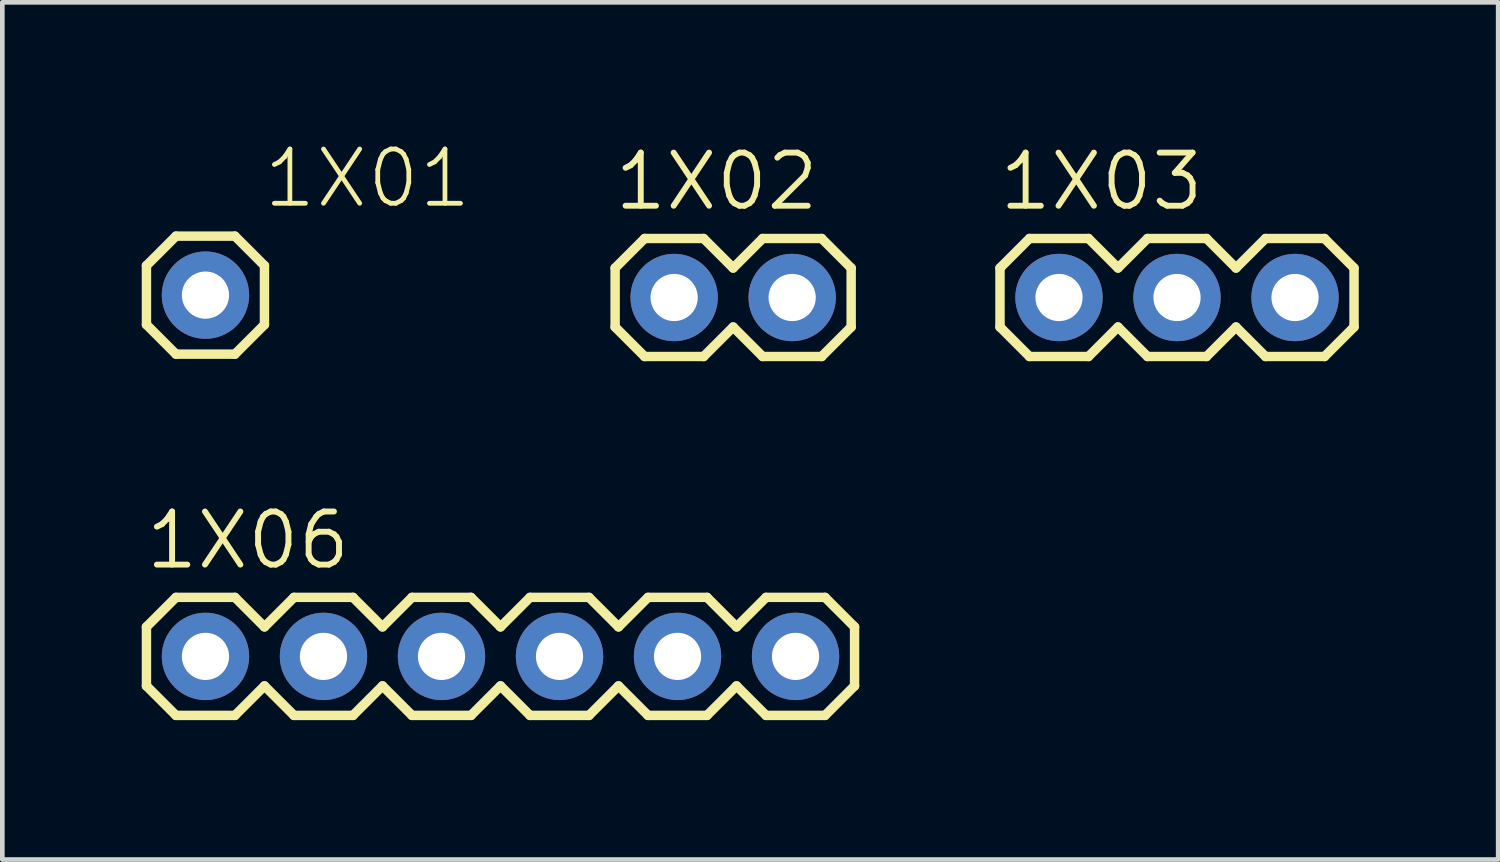
<source format=kicad_pcb>
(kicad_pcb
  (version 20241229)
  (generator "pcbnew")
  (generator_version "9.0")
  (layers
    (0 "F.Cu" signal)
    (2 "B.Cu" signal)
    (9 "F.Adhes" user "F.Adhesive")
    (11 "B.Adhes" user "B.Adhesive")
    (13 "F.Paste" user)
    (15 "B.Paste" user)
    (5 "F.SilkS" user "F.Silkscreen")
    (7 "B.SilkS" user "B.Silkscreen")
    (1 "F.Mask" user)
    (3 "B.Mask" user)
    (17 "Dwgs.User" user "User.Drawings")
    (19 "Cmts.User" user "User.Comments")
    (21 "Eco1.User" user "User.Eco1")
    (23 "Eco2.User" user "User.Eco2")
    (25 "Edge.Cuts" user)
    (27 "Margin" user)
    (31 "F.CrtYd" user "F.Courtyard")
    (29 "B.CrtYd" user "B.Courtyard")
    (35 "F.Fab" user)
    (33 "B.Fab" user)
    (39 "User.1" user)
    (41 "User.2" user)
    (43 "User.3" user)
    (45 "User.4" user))
  (footprint "1X02"
    (layer "F.Cu")
    (at 11.459 3.353)
    (property "Reference" "1X02" (at -1.346 -1.829 0) (unlocked yes) (layer "F.SilkS") (effects (font (size 1.143 1.143) (thickness 0.127)) (justify left bottom)))
    (fp_line (start -1.27 -0.635) (end -1.27 0.635) (stroke (width 0.203) (type solid)) (layer "F.SilkS"))
    (fp_line (start -1.27 0.635) (end -0.635 1.27) (stroke (width 0.203) (type solid)) (layer "F.SilkS"))
    (fp_line (start -0.635 -1.27) (end -1.27 -0.635) (stroke (width 0.203) (type solid)) (layer "F.SilkS"))
    (fp_line (start -0.635 -1.27) (end 0.635 -1.27) (stroke (width 0.203) (type solid)) (layer "F.SilkS"))
    (fp_line (start 0.635 -1.27) (end 1.27 -0.635) (stroke (width 0.203) (type solid)) (layer "F.SilkS"))
    (fp_line (start 0.635 1.27) (end -0.635 1.27) (stroke (width 0.203) (type solid)) (layer "F.SilkS"))
    (fp_line (start 1.27 -0.635) (end 1.905 -1.27) (stroke (width 0.203) (type solid)) (layer "F.SilkS"))
    (fp_line (start 1.27 0.635) (end 0.635 1.27) (stroke (width 0.203) (type solid)) (layer "F.SilkS"))
    (fp_line (start 1.905 -1.27) (end 3.175 -1.27) (stroke (width 0.203) (type solid)) (layer "F.SilkS"))
    (fp_line (start 1.905 1.27) (end 1.27 0.635) (stroke (width 0.203) (type solid)) (layer "F.SilkS"))
    (fp_line (start 3.175 -1.27) (end 3.81 -0.635) (stroke (width 0.203) (type solid)) (layer "F.SilkS"))
    (fp_line (start 3.175 1.27) (end 1.905 1.27) (stroke (width 0.203) (type solid)) (layer "F.SilkS"))
    (fp_line (start 3.81 -0.635) (end 3.81 0.635) (stroke (width 0.203) (type solid)) (layer "F.SilkS"))
    (fp_line (start 3.81 0.635) (end 3.175 1.27) (stroke (width 0.203) (type solid)) (layer "F.SilkS"))
    (fp_poly (pts (xy -0.254 0.254) (xy 0.254 0.254) (xy 0.254 -0.254) (xy -0.254 -0.254)) (stroke (width 0) (type default)) (fill yes) (layer "F.SilkS"))
    (fp_poly (pts (xy 2.286 0.254) (xy 2.794 0.254) (xy 2.794 -0.254) (xy 2.286 -0.254)) (stroke (width 0) (type default)) (fill yes) (layer "F.SilkS"))
    (pad "1" thru_hole circle (at 0 0 90) (size 1.88 1.88) (drill 1.016) (layers "*.Cu" "*.Mask"))
    (pad "2" thru_hole circle (at 2.54 0 90) (size 1.88 1.88) (drill 1.016) (layers "*.Cu" "*.Mask")))
  (footprint "1X01"
    (layer "F.Cu")
    (at 1.372 3.302)
    (property "Reference" "1X01" (at 1.194 -1.829 0) (unlocked yes) (layer "F.SilkS") (effects (font (size 1.168 1.168) (thickness 0.102)) (justify left bottom)))
    (fp_line (start -1.27 -0.635) (end -1.27 0.635) (stroke (width 0.203) (type solid)) (layer "F.SilkS"))
    (fp_line (start -1.27 0.635) (end -0.635 1.27) (stroke (width 0.203) (type solid)) (layer "F.SilkS"))
    (fp_line (start -0.635 -1.27) (end -1.27 -0.635) (stroke (width 0.203) (type solid)) (layer "F.SilkS"))
    (fp_line (start -0.635 1.27) (end 0.635 1.27) (stroke (width 0.203) (type solid)) (layer "F.SilkS"))
    (fp_line (start 0.635 -1.27) (end -0.635 -1.27) (stroke (width 0.203) (type solid)) (layer "F.SilkS"))
    (fp_line (start 0.635 1.27) (end 1.27 0.635) (stroke (width 0.203) (type solid)) (layer "F.SilkS"))
    (fp_line (start 1.27 -0.635) (end 0.635 -1.27) (stroke (width 0.203) (type solid)) (layer "F.SilkS"))
    (fp_line (start 1.27 0.635) (end 1.27 -0.635) (stroke (width 0.203) (type solid)) (layer "F.SilkS"))
    (fp_poly (pts (xy -0.254 0.254) (xy 0.254 0.254) (xy 0.254 -0.254) (xy -0.254 -0.254)) (stroke (width 0) (type default)) (fill yes) (layer "F.SilkS"))
    (pad "1" thru_hole circle (at 0 0 90) (size 1.88 1.88) (drill 1.016) (layers "*.Cu" "*.Mask")))
  (footprint "1X06"
    (layer "F.Cu")
    (at 1.372 11.077)
    (property "Reference" "1X06" (at -1.346 -1.829 0) (unlocked yes) (layer "F.SilkS") (effects (font (size 1.143 1.143) (thickness 0.127)) (justify left bottom)))
    (fp_line (start -1.27 -0.635) (end -1.27 0.635) (stroke (width 0.203) (type solid)) (layer "F.SilkS"))
    (fp_line (start -1.27 0.635) (end -0.635 1.27) (stroke (width 0.203) (type solid)) (layer "F.SilkS"))
    (fp_line (start -0.635 -1.27) (end -1.27 -0.635) (stroke (width 0.203) (type solid)) (layer "F.SilkS"))
    (fp_line (start -0.635 -1.27) (end 0.635 -1.27) (stroke (width 0.203) (type solid)) (layer "F.SilkS"))
    (fp_line (start 0.635 -1.27) (end 1.27 -0.635) (stroke (width 0.203) (type solid)) (layer "F.SilkS"))
    (fp_line (start 0.635 1.27) (end -0.635 1.27) (stroke (width 0.203) (type solid)) (layer "F.SilkS"))
    (fp_line (start 1.27 -0.635) (end 1.905 -1.27) (stroke (width 0.203) (type solid)) (layer "F.SilkS"))
    (fp_line (start 1.27 0.635) (end 0.635 1.27) (stroke (width 0.203) (type solid)) (layer "F.SilkS"))
    (fp_line (start 1.905 -1.27) (end 3.175 -1.27) (stroke (width 0.203) (type solid)) (layer "F.SilkS"))
    (fp_line (start 1.905 1.27) (end 1.27 0.635) (stroke (width 0.203) (type solid)) (layer "F.SilkS"))
    (fp_line (start 3.175 -1.27) (end 3.81 -0.635) (stroke (width 0.203) (type solid)) (layer "F.SilkS"))
    (fp_line (start 3.175 1.27) (end 1.905 1.27) (stroke (width 0.203) (type solid)) (layer "F.SilkS"))
    (fp_line (start 3.81 -0.635) (end 4.445 -1.27) (stroke (width 0.203) (type solid)) (layer "F.SilkS"))
    (fp_line (start 3.81 0.635) (end 3.175 1.27) (stroke (width 0.203) (type solid)) (layer "F.SilkS"))
    (fp_line (start 4.445 -1.27) (end 5.715 -1.27) (stroke (width 0.203) (type solid)) (layer "F.SilkS"))
    (fp_line (start 4.445 1.27) (end 3.81 0.635) (stroke (width 0.203) (type solid)) (layer "F.SilkS"))
    (fp_line (start 5.715 -1.27) (end 6.35 -0.635) (stroke (width 0.203) (type solid)) (layer "F.SilkS"))
    (fp_line (start 5.715 1.27) (end 4.445 1.27) (stroke (width 0.203) (type solid)) (layer "F.SilkS"))
    (fp_line (start 6.35 0.635) (end 5.715 1.27) (stroke (width 0.203) (type solid)) (layer "F.SilkS"))
    (fp_line (start 6.35 0.635) (end 6.985 1.27) (stroke (width 0.203) (type solid)) (layer "F.SilkS"))
    (fp_line (start 6.985 -1.27) (end 6.35 -0.635) (stroke (width 0.203) (type solid)) (layer "F.SilkS"))
    (fp_line (start 6.985 -1.27) (end 8.255 -1.27) (stroke (width 0.203) (type solid)) (layer "F.SilkS"))
    (fp_line (start 8.255 -1.27) (end 8.89 -0.635) (stroke (width 0.203) (type solid)) (layer "F.SilkS"))
    (fp_line (start 8.255 1.27) (end 6.985 1.27) (stroke (width 0.203) (type solid)) (layer "F.SilkS"))
    (fp_line (start 8.89 -0.635) (end 9.525 -1.27) (stroke (width 0.203) (type solid)) (layer "F.SilkS"))
    (fp_line (start 8.89 0.635) (end 8.255 1.27) (stroke (width 0.203) (type solid)) (layer "F.SilkS"))
    (fp_line (start 9.525 -1.27) (end 10.795 -1.27) (stroke (width 0.203) (type solid)) (layer "F.SilkS"))
    (fp_line (start 9.525 1.27) (end 8.89 0.635) (stroke (width 0.203) (type solid)) (layer "F.SilkS"))
    (fp_line (start 10.795 -1.27) (end 11.43 -0.635) (stroke (width 0.203) (type solid)) (layer "F.SilkS"))
    (fp_line (start 10.795 1.27) (end 9.525 1.27) (stroke (width 0.203) (type solid)) (layer "F.SilkS"))
    (fp_line (start 11.43 -0.635) (end 12.065 -1.27) (stroke (width 0.203) (type solid)) (layer "F.SilkS"))
    (fp_line (start 11.43 0.635) (end 10.795 1.27) (stroke (width 0.203) (type solid)) (layer "F.SilkS"))
    (fp_line (start 12.065 -1.27) (end 13.335 -1.27) (stroke (width 0.203) (type solid)) (layer "F.SilkS"))
    (fp_line (start 12.065 1.27) (end 11.43 0.635) (stroke (width 0.203) (type solid)) (layer "F.SilkS"))
    (fp_line (start 13.335 -1.27) (end 13.97 -0.635) (stroke (width 0.203) (type solid)) (layer "F.SilkS"))
    (fp_line (start 13.335 1.27) (end 12.065 1.27) (stroke (width 0.203) (type solid)) (layer "F.SilkS"))
    (fp_line (start 13.97 -0.635) (end 13.97 0.635) (stroke (width 0.203) (type solid)) (layer "F.SilkS"))
    (fp_line (start 13.97 0.635) (end 13.335 1.27) (stroke (width 0.203) (type solid)) (layer "F.SilkS"))
    (fp_poly (pts (xy -0.254 0.254) (xy 0.254 0.254) (xy 0.254 -0.254) (xy -0.254 -0.254)) (stroke (width 0) (type default)) (fill yes) (layer "F.SilkS"))
    (fp_poly (pts (xy 2.286 0.254) (xy 2.794 0.254) (xy 2.794 -0.254) (xy 2.286 -0.254)) (stroke (width 0) (type default)) (fill yes) (layer "F.SilkS"))
    (fp_poly (pts (xy 4.826 0.254) (xy 5.334 0.254) (xy 5.334 -0.254) (xy 4.826 -0.254)) (stroke (width 0) (type default)) (fill yes) (layer "F.SilkS"))
    (fp_poly (pts (xy 7.366 0.254) (xy 7.874 0.254) (xy 7.874 -0.254) (xy 7.366 -0.254)) (stroke (width 0) (type default)) (fill yes) (layer "F.SilkS"))
    (fp_poly (pts (xy 9.906 0.254) (xy 10.414 0.254) (xy 10.414 -0.254) (xy 9.906 -0.254)) (stroke (width 0) (type default)) (fill yes) (layer "F.SilkS"))
    (fp_poly (pts (xy 12.446 0.254) (xy 12.954 0.254) (xy 12.954 -0.254) (xy 12.446 -0.254)) (stroke (width 0) (type default)) (fill yes) (layer "F.SilkS"))
    (pad "1" thru_hole circle (at 0 0 90) (size 1.88 1.88) (drill 1.016) (layers "*.Cu" "*.Mask"))
    (pad "2" thru_hole circle (at 2.54 0 90) (size 1.88 1.88) (drill 1.016) (layers "*.Cu" "*.Mask"))
    (pad "3" thru_hole circle (at 5.08 0 90) (size 1.88 1.88) (drill 1.016) (layers "*.Cu" "*.Mask"))
    (pad "4" thru_hole circle (at 7.62 0 90) (size 1.88 1.88) (drill 1.016) (layers "*.Cu" "*.Mask"))
    (pad "5" thru_hole circle (at 10.16 0 90) (size 1.88 1.88) (drill 1.016) (layers "*.Cu" "*.Mask"))
    (pad "6" thru_hole circle (at 12.7 0 90) (size 1.88 1.88) (drill 1.016) (layers "*.Cu" "*.Mask")))
  (footprint "1X03"
    (layer "F.Cu")
    (at 19.742 3.353)
    (property "Reference" "1X03" (at -1.346 -1.829 0) (unlocked yes) (layer "F.SilkS") (effects (font (size 1.143 1.143) (thickness 0.127)) (justify left bottom)))
    (fp_line (start -1.27 -0.635) (end -1.27 0.635) (stroke (width 0.203) (type solid)) (layer "F.SilkS"))
    (fp_line (start -1.27 0.635) (end -0.635 1.27) (stroke (width 0.203) (type solid)) (layer "F.SilkS"))
    (fp_line (start -0.635 -1.27) (end -1.27 -0.635) (stroke (width 0.203) (type solid)) (layer "F.SilkS"))
    (fp_line (start -0.635 -1.27) (end 0.635 -1.27) (stroke (width 0.203) (type solid)) (layer "F.SilkS"))
    (fp_line (start 0.635 -1.27) (end 1.27 -0.635) (stroke (width 0.203) (type solid)) (layer "F.SilkS"))
    (fp_line (start 0.635 1.27) (end -0.635 1.27) (stroke (width 0.203) (type solid)) (layer "F.SilkS"))
    (fp_line (start 1.27 -0.635) (end 1.905 -1.27) (stroke (width 0.203) (type solid)) (layer "F.SilkS"))
    (fp_line (start 1.27 0.635) (end 0.635 1.27) (stroke (width 0.203) (type solid)) (layer "F.SilkS"))
    (fp_line (start 1.905 -1.27) (end 3.175 -1.27) (stroke (width 0.203) (type solid)) (layer "F.SilkS"))
    (fp_line (start 1.905 1.27) (end 1.27 0.635) (stroke (width 0.203) (type solid)) (layer "F.SilkS"))
    (fp_line (start 3.175 -1.27) (end 3.81 -0.635) (stroke (width 0.203) (type solid)) (layer "F.SilkS"))
    (fp_line (start 3.175 1.27) (end 1.905 1.27) (stroke (width 0.203) (type solid)) (layer "F.SilkS"))
    (fp_line (start 3.81 -0.635) (end 4.445 -1.27) (stroke (width 0.203) (type solid)) (layer "F.SilkS"))
    (fp_line (start 3.81 0.635) (end 3.175 1.27) (stroke (width 0.203) (type solid)) (layer "F.SilkS"))
    (fp_line (start 4.445 -1.27) (end 5.715 -1.27) (stroke (width 0.203) (type solid)) (layer "F.SilkS"))
    (fp_line (start 4.445 1.27) (end 3.81 0.635) (stroke (width 0.203) (type solid)) (layer "F.SilkS"))
    (fp_line (start 5.715 -1.27) (end 6.35 -0.635) (stroke (width 0.203) (type solid)) (layer "F.SilkS"))
    (fp_line (start 5.715 1.27) (end 4.445 1.27) (stroke (width 0.203) (type solid)) (layer "F.SilkS"))
    (fp_line (start 6.35 -0.635) (end 6.35 0.635) (stroke (width 0.203) (type solid)) (layer "F.SilkS"))
    (fp_line (start 6.35 0.635) (end 5.715 1.27) (stroke (width 0.203) (type solid)) (layer "F.SilkS"))
    (fp_poly (pts (xy -0.254 0.254) (xy 0.254 0.254) (xy 0.254 -0.254) (xy -0.254 -0.254)) (stroke (width 0) (type default)) (fill yes) (layer "F.SilkS"))
    (fp_poly (pts (xy 2.286 0.254) (xy 2.794 0.254) (xy 2.794 -0.254) (xy 2.286 -0.254)) (stroke (width 0) (type default)) (fill yes) (layer "F.SilkS"))
    (fp_poly (pts (xy 4.826 0.254) (xy 5.334 0.254) (xy 5.334 -0.254) (xy 4.826 -0.254)) (stroke (width 0) (type default)) (fill yes) (layer "F.SilkS"))
    (pad "1" thru_hole circle (at 0 0 90) (size 1.88 1.88) (drill 1.016) (layers "*.Cu" "*.Mask"))
    (pad "2" thru_hole circle (at 2.54 0 90) (size 1.88 1.88) (drill 1.016) (layers "*.Cu" "*.Mask"))
    (pad "3" thru_hole circle (at 5.08 0 90) (size 1.88 1.88) (drill 1.016) (layers "*.Cu" "*.Mask")))
  (gr_rect
    (start -3 -3)
    (end 29.194 15.449)
    (stroke (width 0.1) (type default))
    (fill no)
    (layer "Edge.Cuts")))
</source>
